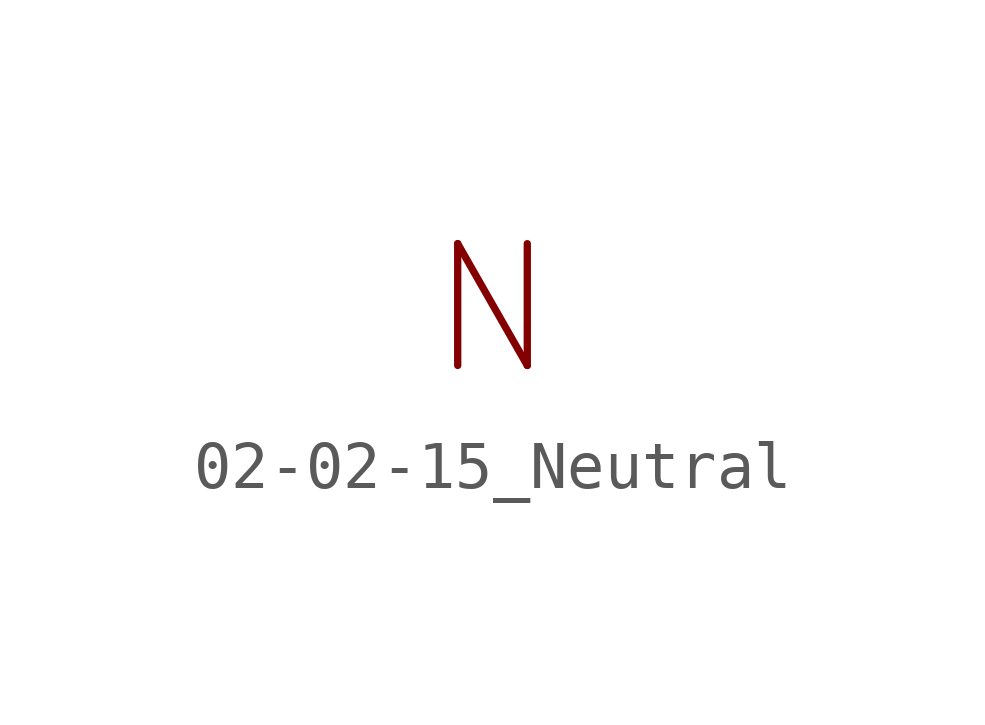
<source format=kicad_sym>
(kicad_symbol_lib
  (version 20200827)
  (generator kicad_symbol_editor)
  (symbol "Symbol_IEC_60617-2:02-02-15_Neutral"
    (pin_numbers hide)
    (pin_names
      (offset 0) hide)
    (property "Reference" "#SYM"
      (at 0 5.08 0)
      (effects (font (size 1.27 1.27)) hide))
    (symbol "02-02-15_Neutral_0_0"
      (text "N" (at 0 0 0) (effects (font (size 2.54 2.54)))))))
</source>
